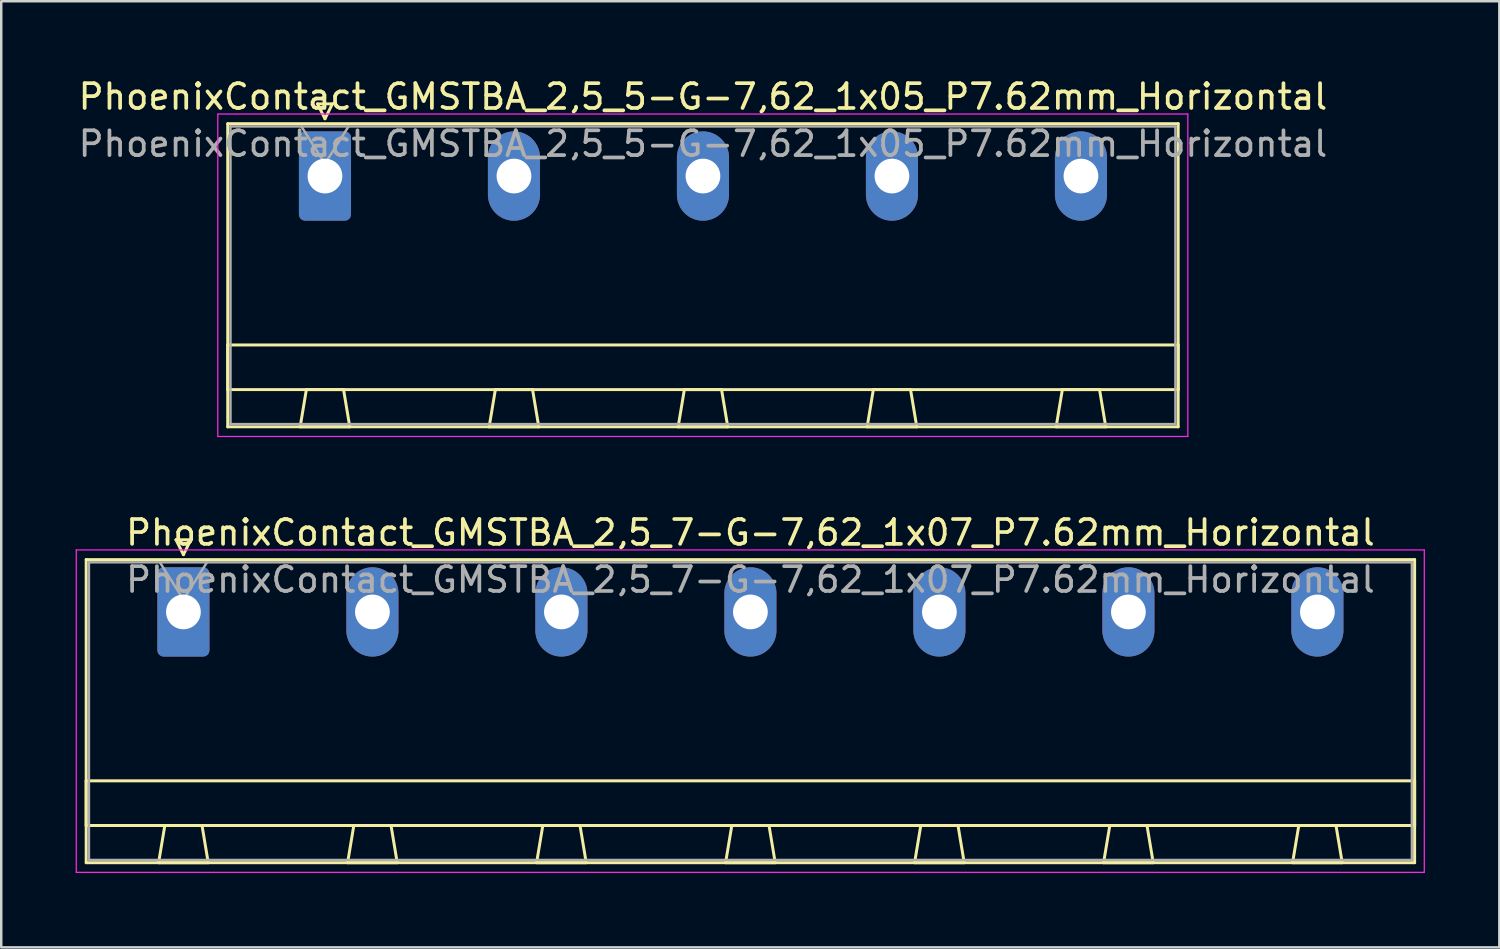
<source format=kicad_pcb>
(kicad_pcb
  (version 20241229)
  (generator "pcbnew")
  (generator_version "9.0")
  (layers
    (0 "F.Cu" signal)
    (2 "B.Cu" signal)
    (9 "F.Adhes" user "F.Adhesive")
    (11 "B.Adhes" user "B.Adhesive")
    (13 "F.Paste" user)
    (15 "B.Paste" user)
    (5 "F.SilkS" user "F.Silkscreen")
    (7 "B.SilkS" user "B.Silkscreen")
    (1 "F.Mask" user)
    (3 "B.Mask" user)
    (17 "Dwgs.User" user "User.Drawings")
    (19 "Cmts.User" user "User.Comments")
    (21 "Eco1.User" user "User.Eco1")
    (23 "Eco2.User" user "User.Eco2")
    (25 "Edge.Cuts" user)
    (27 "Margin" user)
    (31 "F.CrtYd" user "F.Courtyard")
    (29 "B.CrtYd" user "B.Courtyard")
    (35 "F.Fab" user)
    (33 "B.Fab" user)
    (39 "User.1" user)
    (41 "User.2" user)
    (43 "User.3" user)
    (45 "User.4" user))
  (footprint "PhoenixContact_GMSTBA_2,5_7-G-7,62_1x07_P7.62mm_Horizontal"
    (layer "F.Cu")
    (at 4.345 21.622)
    (property "Reference" "PhoenixContact_GMSTBA_2,5_7-G-7,62_1x07_P7.62mm_Horizontal" (at 22.86 -3.2 0) (layer "F.SilkS") (effects (font (size 1 1) (thickness 0.15))))
    (attr through_hole)
    (fp_line (start -3.92 -2.11) (end -3.92 10.11) (stroke (width 0.12) (type solid)) (layer "F.SilkS"))
    (fp_line (start -3.92 6.81) (end 49.64 6.81) (stroke (width 0.12) (type solid)) (layer "F.SilkS"))
    (fp_line (start -3.92 8.61) (end -3.92 6.81) (stroke (width 0.12) (type solid)) (layer "F.SilkS"))
    (fp_line (start -3.92 10.11) (end 49.64 10.11) (stroke (width 0.12) (type solid)) (layer "F.SilkS"))
    (fp_line (start -1 10.11) (end 1 10.11) (stroke (width 0.12) (type solid)) (layer "F.SilkS"))
    (fp_line (start -0.75 8.61) (end -1 10.11) (stroke (width 0.12) (type solid)) (layer "F.SilkS"))
    (fp_line (start -0.3 -2.91) (end 0.3 -2.91) (stroke (width 0.12) (type solid)) (layer "F.SilkS"))
    (fp_line (start 0 -2.31) (end -0.3 -2.91) (stroke (width 0.12) (type solid)) (layer "F.SilkS"))
    (fp_line (start 0.3 -2.91) (end 0 -2.31) (stroke (width 0.12) (type solid)) (layer "F.SilkS"))
    (fp_line (start 0.75 8.61) (end -0.75 8.61) (stroke (width 0.12) (type solid)) (layer "F.SilkS"))
    (fp_line (start 1 10.11) (end 0.75 8.61) (stroke (width 0.12) (type solid)) (layer "F.SilkS"))
    (fp_line (start 6.62 10.11) (end 8.62 10.11) (stroke (width 0.12) (type solid)) (layer "F.SilkS"))
    (fp_line (start 6.87 8.61) (end 6.62 10.11) (stroke (width 0.12) (type solid)) (layer "F.SilkS"))
    (fp_line (start 8.37 8.61) (end 6.87 8.61) (stroke (width 0.12) (type solid)) (layer "F.SilkS"))
    (fp_line (start 8.62 10.11) (end 8.37 8.61) (stroke (width 0.12) (type solid)) (layer "F.SilkS"))
    (fp_line (start 14.24 10.11) (end 16.24 10.11) (stroke (width 0.12) (type solid)) (layer "F.SilkS"))
    (fp_line (start 14.49 8.61) (end 14.24 10.11) (stroke (width 0.12) (type solid)) (layer "F.SilkS"))
    (fp_line (start 15.99 8.61) (end 14.49 8.61) (stroke (width 0.12) (type solid)) (layer "F.SilkS"))
    (fp_line (start 16.24 10.11) (end 15.99 8.61) (stroke (width 0.12) (type solid)) (layer "F.SilkS"))
    (fp_line (start 21.86 10.11) (end 23.86 10.11) (stroke (width 0.12) (type solid)) (layer "F.SilkS"))
    (fp_line (start 22.11 8.61) (end 21.86 10.11) (stroke (width 0.12) (type solid)) (layer "F.SilkS"))
    (fp_line (start 23.61 8.61) (end 22.11 8.61) (stroke (width 0.12) (type solid)) (layer "F.SilkS"))
    (fp_line (start 23.86 10.11) (end 23.61 8.61) (stroke (width 0.12) (type solid)) (layer "F.SilkS"))
    (fp_line (start 29.48 10.11) (end 31.48 10.11) (stroke (width 0.12) (type solid)) (layer "F.SilkS"))
    (fp_line (start 29.73 8.61) (end 29.48 10.11) (stroke (width 0.12) (type solid)) (layer "F.SilkS"))
    (fp_line (start 31.23 8.61) (end 29.73 8.61) (stroke (width 0.12) (type solid)) (layer "F.SilkS"))
    (fp_line (start 31.48 10.11) (end 31.23 8.61) (stroke (width 0.12) (type solid)) (layer "F.SilkS"))
    (fp_line (start 37.1 10.11) (end 39.1 10.11) (stroke (width 0.12) (type solid)) (layer "F.SilkS"))
    (fp_line (start 37.35 8.61) (end 37.1 10.11) (stroke (width 0.12) (type solid)) (layer "F.SilkS"))
    (fp_line (start 38.85 8.61) (end 37.35 8.61) (stroke (width 0.12) (type solid)) (layer "F.SilkS"))
    (fp_line (start 39.1 10.11) (end 38.85 8.61) (stroke (width 0.12) (type solid)) (layer "F.SilkS"))
    (fp_line (start 44.72 10.11) (end 46.72 10.11) (stroke (width 0.12) (type solid)) (layer "F.SilkS"))
    (fp_line (start 44.97 8.61) (end 44.72 10.11) (stroke (width 0.12) (type solid)) (layer "F.SilkS"))
    (fp_line (start 46.47 8.61) (end 44.97 8.61) (stroke (width 0.12) (type solid)) (layer "F.SilkS"))
    (fp_line (start 46.72 10.11) (end 46.47 8.61) (stroke (width 0.12) (type solid)) (layer "F.SilkS"))
    (fp_line (start 49.64 -2.11) (end -3.92 -2.11) (stroke (width 0.12) (type solid)) (layer "F.SilkS"))
    (fp_line (start 49.64 6.81) (end 49.64 8.61) (stroke (width 0.12) (type solid)) (layer "F.SilkS"))
    (fp_line (start 49.64 8.61) (end -3.92 8.61) (stroke (width 0.12) (type solid)) (layer "F.SilkS"))
    (fp_line (start 49.64 10.11) (end 49.64 -2.11) (stroke (width 0.12) (type solid)) (layer "F.SilkS"))
    (fp_line (start -4.32 -2.5) (end -4.32 10.5) (stroke (width 0.05) (type solid)) (layer "F.CrtYd"))
    (fp_line (start -4.32 10.5) (end 50.03 10.5) (stroke (width 0.05) (type solid)) (layer "F.CrtYd"))
    (fp_line (start 50.03 -2.5) (end -4.32 -2.5) (stroke (width 0.05) (type solid)) (layer "F.CrtYd"))
    (fp_line (start 50.03 10.5) (end 50.03 -2.5) (stroke (width 0.05) (type solid)) (layer "F.CrtYd"))
    (fp_line (start -3.81 -2) (end -3.81 10) (stroke (width 0.1) (type solid)) (layer "F.Fab"))
    (fp_line (start -3.81 10) (end 49.53 10) (stroke (width 0.1) (type solid)) (layer "F.Fab"))
    (fp_line (start 0 -0.5) (end -0.95 -2) (stroke (width 0.1) (type solid)) (layer "F.Fab"))
    (fp_line (start 0.95 -2) (end 0 -0.5) (stroke (width 0.1) (type solid)) (layer "F.Fab"))
    (fp_line (start 49.53 -2) (end -3.81 -2) (stroke (width 0.1) (type solid)) (layer "F.Fab"))
    (fp_line (start 49.53 10) (end 49.53 -2) (stroke (width 0.1) (type solid)) (layer "F.Fab"))
    (fp_text user "${REFERENCE}" (at 22.86 -1.3 0) (layer "F.Fab") (effects (font (size 1 1) (thickness 0.15))))
    (pad "1" thru_hole roundrect (at 0 0) (size 2.1 3.6) (drill 1.4) (layers "*.Cu" "*.Mask") (roundrect_rratio 0.119))
    (pad "2" thru_hole oval (at 7.62 0) (size 2.1 3.6) (drill 1.4) (layers "*.Cu" "*.Mask"))
    (pad "3" thru_hole oval (at 15.24 0) (size 2.1 3.6) (drill 1.4) (layers "*.Cu" "*.Mask"))
    (pad "4" thru_hole oval (at 22.86 0) (size 2.1 3.6) (drill 1.4) (layers "*.Cu" "*.Mask"))
    (pad "5" thru_hole oval (at 30.48 0) (size 2.1 3.6) (drill 1.4) (layers "*.Cu" "*.Mask"))
    (pad "6" thru_hole oval (at 38.1 0) (size 2.1 3.6) (drill 1.4) (layers "*.Cu" "*.Mask"))
    (pad "7" thru_hole oval (at 45.72 0) (size 2.1 3.6) (drill 1.4) (layers "*.Cu" "*.Mask")))
  (footprint "PhoenixContact_GMSTBA_2,5_5-G-7,62_1x05_P7.62mm_Horizontal"
    (layer "F.Cu")
    (at 10.052 4.048)
    (property "Reference" "PhoenixContact_GMSTBA_2,5_5-G-7,62_1x05_P7.62mm_Horizontal" (at 15.24 -3.2 0) (layer "F.SilkS") (effects (font (size 1 1) (thickness 0.15))))
    (attr through_hole)
    (fp_line (start -3.92 -2.11) (end -3.92 10.11) (stroke (width 0.12) (type solid)) (layer "F.SilkS"))
    (fp_line (start -3.92 6.81) (end 34.4 6.81) (stroke (width 0.12) (type solid)) (layer "F.SilkS"))
    (fp_line (start -3.92 8.61) (end -3.92 6.81) (stroke (width 0.12) (type solid)) (layer "F.SilkS"))
    (fp_line (start -3.92 10.11) (end 34.4 10.11) (stroke (width 0.12) (type solid)) (layer "F.SilkS"))
    (fp_line (start -1 10.11) (end 1 10.11) (stroke (width 0.12) (type solid)) (layer "F.SilkS"))
    (fp_line (start -0.75 8.61) (end -1 10.11) (stroke (width 0.12) (type solid)) (layer "F.SilkS"))
    (fp_line (start -0.3 -2.91) (end 0.3 -2.91) (stroke (width 0.12) (type solid)) (layer "F.SilkS"))
    (fp_line (start 0 -2.31) (end -0.3 -2.91) (stroke (width 0.12) (type solid)) (layer "F.SilkS"))
    (fp_line (start 0.3 -2.91) (end 0 -2.31) (stroke (width 0.12) (type solid)) (layer "F.SilkS"))
    (fp_line (start 0.75 8.61) (end -0.75 8.61) (stroke (width 0.12) (type solid)) (layer "F.SilkS"))
    (fp_line (start 1 10.11) (end 0.75 8.61) (stroke (width 0.12) (type solid)) (layer "F.SilkS"))
    (fp_line (start 6.62 10.11) (end 8.62 10.11) (stroke (width 0.12) (type solid)) (layer "F.SilkS"))
    (fp_line (start 6.87 8.61) (end 6.62 10.11) (stroke (width 0.12) (type solid)) (layer "F.SilkS"))
    (fp_line (start 8.37 8.61) (end 6.87 8.61) (stroke (width 0.12) (type solid)) (layer "F.SilkS"))
    (fp_line (start 8.62 10.11) (end 8.37 8.61) (stroke (width 0.12) (type solid)) (layer "F.SilkS"))
    (fp_line (start 14.24 10.11) (end 16.24 10.11) (stroke (width 0.12) (type solid)) (layer "F.SilkS"))
    (fp_line (start 14.49 8.61) (end 14.24 10.11) (stroke (width 0.12) (type solid)) (layer "F.SilkS"))
    (fp_line (start 15.99 8.61) (end 14.49 8.61) (stroke (width 0.12) (type solid)) (layer "F.SilkS"))
    (fp_line (start 16.24 10.11) (end 15.99 8.61) (stroke (width 0.12) (type solid)) (layer "F.SilkS"))
    (fp_line (start 21.86 10.11) (end 23.86 10.11) (stroke (width 0.12) (type solid)) (layer "F.SilkS"))
    (fp_line (start 22.11 8.61) (end 21.86 10.11) (stroke (width 0.12) (type solid)) (layer "F.SilkS"))
    (fp_line (start 23.61 8.61) (end 22.11 8.61) (stroke (width 0.12) (type solid)) (layer "F.SilkS"))
    (fp_line (start 23.86 10.11) (end 23.61 8.61) (stroke (width 0.12) (type solid)) (layer "F.SilkS"))
    (fp_line (start 29.48 10.11) (end 31.48 10.11) (stroke (width 0.12) (type solid)) (layer "F.SilkS"))
    (fp_line (start 29.73 8.61) (end 29.48 10.11) (stroke (width 0.12) (type solid)) (layer "F.SilkS"))
    (fp_line (start 31.23 8.61) (end 29.73 8.61) (stroke (width 0.12) (type solid)) (layer "F.SilkS"))
    (fp_line (start 31.48 10.11) (end 31.23 8.61) (stroke (width 0.12) (type solid)) (layer "F.SilkS"))
    (fp_line (start 34.4 -2.11) (end -3.92 -2.11) (stroke (width 0.12) (type solid)) (layer "F.SilkS"))
    (fp_line (start 34.4 6.81) (end 34.4 8.61) (stroke (width 0.12) (type solid)) (layer "F.SilkS"))
    (fp_line (start 34.4 8.61) (end -3.92 8.61) (stroke (width 0.12) (type solid)) (layer "F.SilkS"))
    (fp_line (start 34.4 10.11) (end 34.4 -2.11) (stroke (width 0.12) (type solid)) (layer "F.SilkS"))
    (fp_line (start -4.32 -2.5) (end -4.32 10.5) (stroke (width 0.05) (type solid)) (layer "F.CrtYd"))
    (fp_line (start -4.32 10.5) (end 34.79 10.5) (stroke (width 0.05) (type solid)) (layer "F.CrtYd"))
    (fp_line (start 34.79 -2.5) (end -4.32 -2.5) (stroke (width 0.05) (type solid)) (layer "F.CrtYd"))
    (fp_line (start 34.79 10.5) (end 34.79 -2.5) (stroke (width 0.05) (type solid)) (layer "F.CrtYd"))
    (fp_line (start -3.81 -2) (end -3.81 10) (stroke (width 0.1) (type solid)) (layer "F.Fab"))
    (fp_line (start -3.81 10) (end 34.29 10) (stroke (width 0.1) (type solid)) (layer "F.Fab"))
    (fp_line (start 0 -0.5) (end -0.95 -2) (stroke (width 0.1) (type solid)) (layer "F.Fab"))
    (fp_line (start 0.95 -2) (end 0 -0.5) (stroke (width 0.1) (type solid)) (layer "F.Fab"))
    (fp_line (start 34.29 -2) (end -3.81 -2) (stroke (width 0.1) (type solid)) (layer "F.Fab"))
    (fp_line (start 34.29 10) (end 34.29 -2) (stroke (width 0.1) (type solid)) (layer "F.Fab"))
    (fp_text user "${REFERENCE}" (at 15.24 -1.3 0) (layer "F.Fab") (effects (font (size 1 1) (thickness 0.15))))
    (pad "1" thru_hole roundrect (at 0 0) (size 2.1 3.6) (drill 1.4) (layers "*.Cu" "*.Mask") (roundrect_rratio 0.119))
    (pad "2" thru_hole oval (at 7.62 0) (size 2.1 3.6) (drill 1.4) (layers "*.Cu" "*.Mask"))
    (pad "3" thru_hole oval (at 15.24 0) (size 2.1 3.6) (drill 1.4) (layers "*.Cu" "*.Mask"))
    (pad "4" thru_hole oval (at 22.86 0) (size 2.1 3.6) (drill 1.4) (layers "*.Cu" "*.Mask"))
    (pad "5" thru_hole oval (at 30.48 0) (size 2.1 3.6) (drill 1.4) (layers "*.Cu" "*.Mask")))
  (gr_rect
    (start -3 -3)
    (end 57.4 35.147)
    (stroke (width 0.1) (type default))
    (fill no)
    (layer "Edge.Cuts")))
</source>
